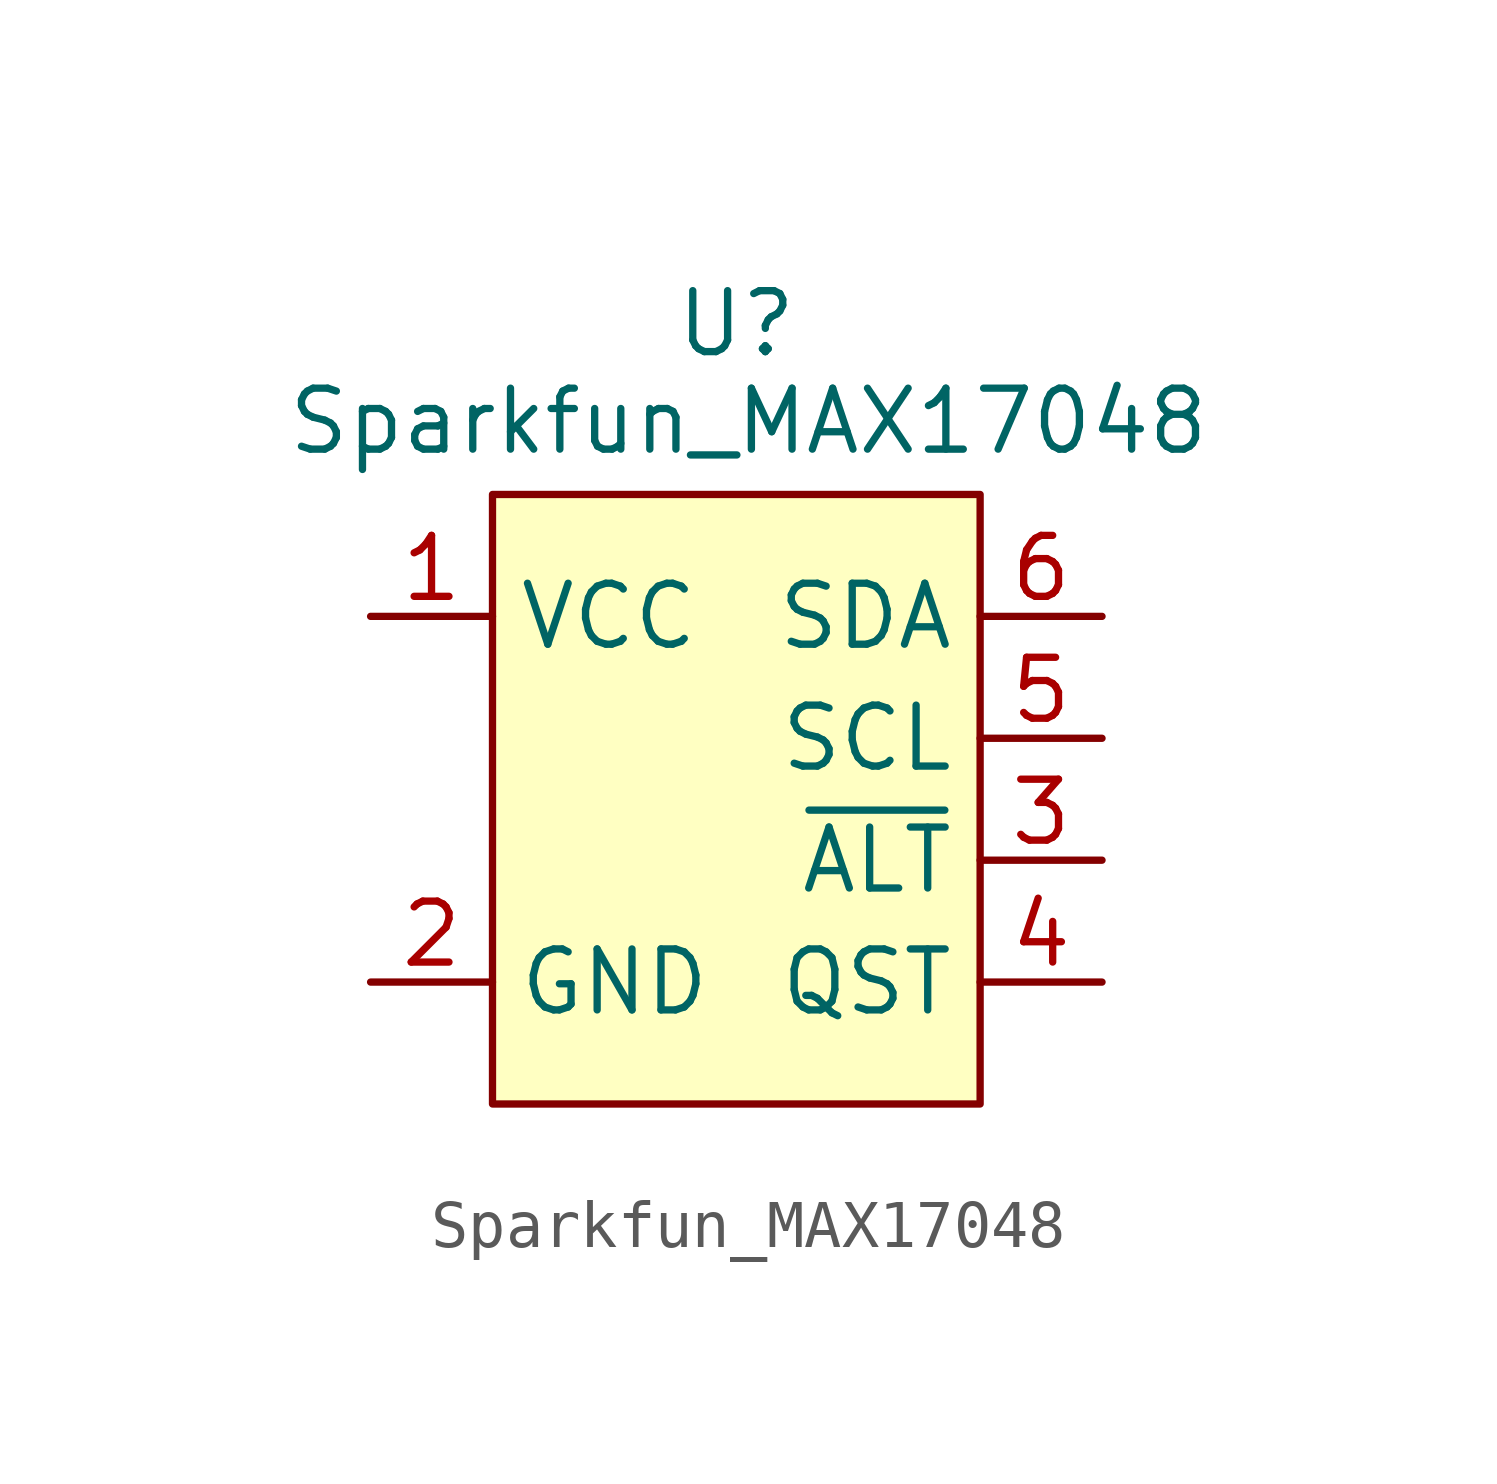
<source format=kicad_sym>
(kicad_symbol_lib
  (version 20241209)
  (generator "kicad_symbol_editor")
  (generator_version "9.0")
  (symbol "Sparkfun_MAX17048"
    (property "Reference" "U"
      (at 0 6.096 0)
      (effects (font (size 1.27 1.27))))
    (property "Value" "Sparkfun_MAX17048"
      (at 0.254 4.064 0)
      (effects (font (size 1.27 1.27))))
    (symbol "Sparkfun_MAX17048_1_1"
      (rectangle (start -5.08 2.54) (end 5.08 -10.16) (stroke (width 0) (type default)) (fill (type background)))
      (pin passive line (at -7.62 0 0) (length 2.54) (name "VCC" (effects (font (size 1.27 1.27)))) (number "1" (effects (font (size 1.27 1.27)))))
      (pin power_in line (at -7.62 -7.62 0) (length 2.54) (name "GND" (effects (font (size 1.27 1.27)))) (number "2" (effects (font (size 1.27 1.27)))))
      (pin bidirectional line (at 7.62 0 180) (length 2.54) (name "SDA" (effects (font (size 1.27 1.27)))) (number "6" (effects (font (size 1.27 1.27)))))
      (pin input line (at 7.62 -2.54 180) (length 2.54) (name "SCL" (effects (font (size 1.27 1.27)))) (number "5" (effects (font (size 1.27 1.27)))))
      (pin open_collector line (at 7.62 -5.08 180) (length 2.54) (name "~{ALT}" (effects (font (size 1.27 1.27)))) (number "3" (effects (font (size 1.27 1.27)))))
      (pin input line (at 7.62 -7.62 180) (length 2.54) (name "QST" (effects (font (size 1.27 1.27)))) (number "4" (effects (font (size 1.27 1.27))))))))
</source>
